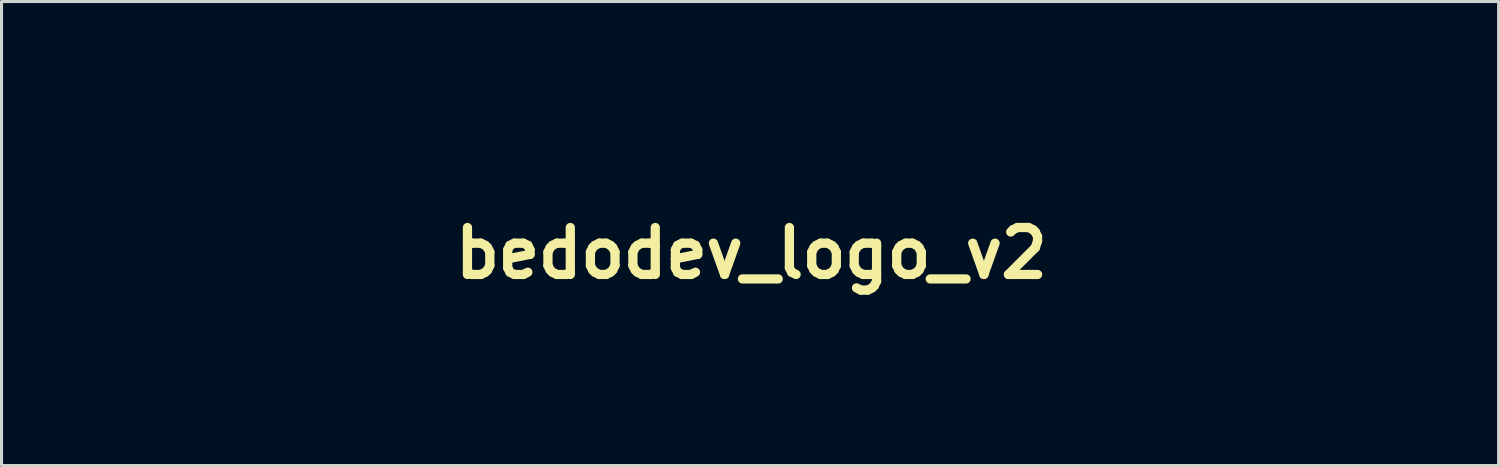
<source format=kicad_pcb>
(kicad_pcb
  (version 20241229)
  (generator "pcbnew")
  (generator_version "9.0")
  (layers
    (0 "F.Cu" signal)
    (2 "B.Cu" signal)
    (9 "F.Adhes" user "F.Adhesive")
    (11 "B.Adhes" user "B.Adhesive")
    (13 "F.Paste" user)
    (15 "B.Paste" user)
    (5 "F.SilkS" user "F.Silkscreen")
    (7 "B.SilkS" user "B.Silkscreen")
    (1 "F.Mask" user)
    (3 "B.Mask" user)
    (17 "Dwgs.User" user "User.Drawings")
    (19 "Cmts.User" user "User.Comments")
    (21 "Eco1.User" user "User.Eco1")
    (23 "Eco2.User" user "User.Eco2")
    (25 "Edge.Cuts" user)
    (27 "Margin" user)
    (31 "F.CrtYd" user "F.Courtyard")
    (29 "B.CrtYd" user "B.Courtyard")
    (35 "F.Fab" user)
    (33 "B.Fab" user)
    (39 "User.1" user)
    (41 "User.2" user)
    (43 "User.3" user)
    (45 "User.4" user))
  (footprint "bedodev_logo_v2"
    (layer "F.Cu")
    (at 21.341 5.17)
    (property "Reference" "bedodev_logo_v2" (at 0 0 0) (layer "F.SilkS") (effects (font (size 1.524 1.524) (thickness 0.3))))
    (attr through_hole)
    (fp_poly (pts (xy 9.144 -1.905) (xy 8.678 -1.905) (xy 8.678 -2.371) (xy 9.144 -2.371) (xy 9.144 -1.905)) (stroke (width 0.01) (type solid)) (fill yes) (layer "F.Mask"))
    (fp_poly (pts (xy -20.699 -0.082) (xy -20.591 -0.071) (xy -20.525 -0.047) (xy -20.48 -0.004) (xy -20.471 0.009) (xy -20.41 0.144) (xy -20.433 0.265) (xy -20.489 0.339) (xy -20.551 0.384) (xy -20.636 0.41) (xy -20.768 0.422) (xy -20.889 0.423) (xy -21.056 0.42) (xy -21.16 0.408) (xy -21.223 0.381) (xy -21.268 0.333) (xy -21.27 0.329) (xy -21.32 0.235) (xy -21.336 0.169) (xy -21.313 0.086) (xy -21.27 0.009) (xy -21.227 -0.038) (xy -21.169 -0.067) (xy -21.072 -0.08) (xy -20.918 -0.085) (xy -20.87 -0.085) (xy -20.699 -0.082)) (stroke (width 0.01) (type solid)) (fill yes) (layer "F.Mask"))
    (fp_poly (pts (xy -19.455 -0.742) (xy -19.44 -0.737) (xy -19.325 -0.697) (xy -19.314 0.149) (xy -19.31 0.44) (xy -19.31 0.658) (xy -19.313 0.814) (xy -19.321 0.919) (xy -19.334 0.986) (xy -19.353 1.026) (xy -19.375 1.048) (xy -19.501 1.098) (xy -19.62 1.067) (xy -19.661 1.034) (xy -19.685 0.998) (xy -19.702 0.937) (xy -19.714 0.839) (xy -19.722 0.693) (xy -19.726 0.486) (xy -19.727 0.208) (xy -19.727 0.173) (xy -19.727 -0.106) (xy -19.724 -0.313) (xy -19.719 -0.461) (xy -19.709 -0.56) (xy -19.694 -0.625) (xy -19.671 -0.668) (xy -19.641 -0.7) (xy -19.555 -0.752) (xy -19.455 -0.742)) (stroke (width 0.01) (type solid)) (fill yes) (layer "F.Mask"))
    (fp_poly (pts (xy -14.976 -1.682) (xy -14.909 -1.648) (xy -14.796 -1.584) (xy -14.784 0.146) (xy -14.782 0.578) (xy -14.781 0.932) (xy -14.781 1.218) (xy -14.783 1.443) (xy -14.787 1.615) (xy -14.793 1.742) (xy -14.802 1.832) (xy -14.813 1.892) (xy -14.827 1.93) (xy -14.844 1.954) (xy -14.951 2.023) (xy -15.075 2.01) (xy -15.124 1.986) (xy -15.142 1.971) (xy -15.157 1.942) (xy -15.169 1.893) (xy -15.178 1.816) (xy -15.186 1.702) (xy -15.191 1.544) (xy -15.194 1.335) (xy -15.196 1.067) (xy -15.197 0.731) (xy -15.198 0.321) (xy -15.198 0.195) (xy -15.198 -0.236) (xy -15.197 -0.589) (xy -15.196 -0.874) (xy -15.193 -1.099) (xy -15.189 -1.27) (xy -15.182 -1.397) (xy -15.174 -1.486) (xy -15.162 -1.547) (xy -15.148 -1.586) (xy -15.13 -1.613) (xy -15.11 -1.632) (xy -15.04 -1.684) (xy -14.976 -1.682)) (stroke (width 0.01) (type solid)) (fill yes) (layer "F.Mask"))
    (fp_poly (pts (xy 12.573 -3.903) (xy 12.146 -3.888) (xy 11.941 -3.879) (xy 11.79 -3.861) (xy 11.685 -3.822) (xy 11.618 -3.751) (xy 11.579 -3.636) (xy 11.562 -3.466) (xy 11.557 -3.228) (xy 11.557 -3.069) (xy 11.558 -2.791) (xy 11.568 -2.586) (xy 11.594 -2.443) (xy 11.645 -2.349) (xy 11.728 -2.295) (xy 11.854 -2.267) (xy 12.029 -2.255) (xy 12.146 -2.25) (xy 12.573 -2.236) (xy 12.573 -1.905) (xy 12.139 -1.909) (xy 11.942 -1.914) (xy 11.764 -1.924) (xy 11.631 -1.939) (xy 11.583 -1.949) (xy 11.428 -2.018) (xy 11.311 -2.128) (xy 11.226 -2.286) (xy 11.17 -2.502) (xy 11.141 -2.785) (xy 11.135 -3.082) (xy 11.143 -3.395) (xy 11.168 -3.638) (xy 11.211 -3.822) (xy 11.277 -3.96) (xy 11.335 -4.033) (xy 11.437 -4.117) (xy 11.564 -4.176) (xy 11.732 -4.212) (xy 11.957 -4.23) (xy 12.16 -4.233) (xy 12.573 -4.233) (xy 12.573 -3.903)) (stroke (width 0.01) (type solid)) (fill yes) (layer "F.Mask"))
    (fp_poly (pts (xy 6.857 -4.227) (xy 6.931 -4.212) (xy 6.943 -4.202) (xy 6.932 -4.154) (xy 6.9 -4.036) (xy 6.85 -3.858) (xy 6.786 -3.631) (xy 6.711 -3.365) (xy 6.626 -3.072) (xy 6.616 -3.037) (xy 6.29 -1.905) (xy 6.001 -1.905) (xy 5.816 -1.913) (xy 5.714 -1.938) (xy 5.693 -1.958) (xy 5.674 -2.018) (xy 5.636 -2.144) (xy 5.582 -2.323) (xy 5.518 -2.542) (xy 5.446 -2.788) (xy 5.37 -3.049) (xy 5.294 -3.311) (xy 5.221 -3.563) (xy 5.156 -3.79) (xy 5.101 -3.981) (xy 5.062 -4.122) (xy 5.04 -4.2) (xy 5.038 -4.212) (xy 5.076 -4.224) (xy 5.173 -4.228) (xy 5.256 -4.225) (xy 5.475 -4.212) (xy 5.737 -3.243) (xy 5.811 -2.973) (xy 5.878 -2.736) (xy 5.936 -2.541) (xy 5.981 -2.4) (xy 6.01 -2.322) (xy 6.019 -2.311) (xy 6.035 -2.362) (xy 6.07 -2.482) (xy 6.119 -2.66) (xy 6.179 -2.884) (xy 6.247 -3.141) (xy 6.287 -3.291) (xy 6.534 -4.233) (xy 6.738 -4.233) (xy 6.857 -4.227)) (stroke (width 0.01) (type solid)) (fill yes) (layer "F.Mask"))
    (fp_poly (pts (xy -18.516 -2.577) (xy -18.499 -2.569) (xy -18.394 -2.516) (xy -18.383 0.146) (xy -18.381 0.689) (xy -18.379 1.155) (xy -18.379 1.548) (xy -18.379 1.875) (xy -18.381 2.143) (xy -18.384 2.357) (xy -18.388 2.525) (xy -18.394 2.652) (xy -18.402 2.744) (xy -18.411 2.808) (xy -18.422 2.85) (xy -18.435 2.877) (xy -18.442 2.886) (xy -18.551 2.956) (xy -18.671 2.942) (xy -18.725 2.91) (xy -18.739 2.895) (xy -18.752 2.868) (xy -18.762 2.822) (xy -18.771 2.752) (xy -18.778 2.652) (xy -18.783 2.515) (xy -18.786 2.335) (xy -18.789 2.106) (xy -18.79 1.822) (xy -18.79 1.476) (xy -18.789 1.062) (xy -18.787 0.574) (xy -18.786 0.174) (xy -18.784 -0.368) (xy -18.781 -0.832) (xy -18.779 -1.225) (xy -18.776 -1.551) (xy -18.773 -1.818) (xy -18.769 -2.031) (xy -18.764 -2.197) (xy -18.757 -2.323) (xy -18.75 -2.414) (xy -18.74 -2.477) (xy -18.729 -2.517) (xy -18.715 -2.543) (xy -18.699 -2.558) (xy -18.69 -2.565) (xy -18.606 -2.6) (xy -18.516 -2.577)) (stroke (width 0.01) (type solid)) (fill yes) (layer "F.Mask"))
    (fp_poly (pts (xy -16.661 -3.495) (xy -16.603 -3.463) (xy -16.594 -3.433) (xy -16.585 -3.362) (xy -16.578 -3.245) (xy -16.572 -3.079) (xy -16.567 -2.858) (xy -16.562 -2.58) (xy -16.559 -2.239) (xy -16.556 -1.833) (xy -16.554 -1.356) (xy -16.553 -0.804) (xy -16.552 -0.174) (xy -16.552 0.175) (xy -16.552 0.814) (xy -16.553 1.374) (xy -16.554 1.86) (xy -16.555 2.276) (xy -16.557 2.63) (xy -16.56 2.925) (xy -16.563 3.167) (xy -16.567 3.362) (xy -16.573 3.515) (xy -16.579 3.63) (xy -16.587 3.713) (xy -16.595 3.771) (xy -16.606 3.806) (xy -16.617 3.827) (xy -16.619 3.828) (xy -16.707 3.887) (xy -16.801 3.876) (xy -16.882 3.829) (xy -16.976 3.763) (xy -16.976 0.175) (xy -16.975 -0.496) (xy -16.974 -1.086) (xy -16.973 -1.6) (xy -16.971 -2.042) (xy -16.968 -2.416) (xy -16.964 -2.725) (xy -16.959 -2.974) (xy -16.953 -3.168) (xy -16.947 -3.309) (xy -16.939 -3.403) (xy -16.93 -3.453) (xy -16.925 -3.463) (xy -16.846 -3.502) (xy -16.764 -3.514) (xy -16.661 -3.495)) (stroke (width 0.01) (type solid)) (fill yes) (layer "F.Mask"))
    (fp_poly (pts (xy -15.764 -2.577) (xy -15.748 -2.569) (xy -15.642 -2.516) (xy -15.631 0.146) (xy -15.629 0.689) (xy -15.628 1.155) (xy -15.627 1.548) (xy -15.628 1.875) (xy -15.629 2.143) (xy -15.632 2.357) (xy -15.637 2.525) (xy -15.642 2.652) (xy -15.65 2.744) (xy -15.659 2.808) (xy -15.67 2.85) (xy -15.684 2.877) (xy -15.691 2.886) (xy -15.799 2.956) (xy -15.919 2.942) (xy -15.973 2.91) (xy -15.988 2.895) (xy -16 2.868) (xy -16.011 2.822) (xy -16.019 2.752) (xy -16.026 2.652) (xy -16.031 2.515) (xy -16.035 2.335) (xy -16.037 2.106) (xy -16.038 1.822) (xy -16.038 1.476) (xy -16.037 1.062) (xy -16.036 0.574) (xy -16.034 0.174) (xy -16.032 -0.368) (xy -16.03 -0.832) (xy -16.027 -1.225) (xy -16.025 -1.551) (xy -16.021 -1.818) (xy -16.017 -2.031) (xy -16.012 -2.197) (xy -16.006 -2.323) (xy -15.998 -2.414) (xy -15.988 -2.477) (xy -15.977 -2.517) (xy -15.963 -2.543) (xy -15.948 -2.558) (xy -15.938 -2.565) (xy -15.855 -2.6) (xy -15.764 -2.577)) (stroke (width 0.01) (type solid)) (fill yes) (layer "F.Mask"))
    (fp_poly (pts (xy -17.599 -1.665) (xy -17.526 -1.609) (xy -17.505 -1.585) (xy -17.488 -1.554) (xy -17.474 -1.508) (xy -17.463 -1.439) (xy -17.455 -1.338) (xy -17.449 -1.199) (xy -17.445 -1.011) (xy -17.443 -0.769) (xy -17.442 -0.462) (xy -17.441 -0.083) (xy -17.441 0.169) (xy -17.441 0.593) (xy -17.442 0.94) (xy -17.444 1.218) (xy -17.447 1.436) (xy -17.451 1.602) (xy -17.458 1.724) (xy -17.467 1.81) (xy -17.479 1.869) (xy -17.494 1.907) (xy -17.513 1.934) (xy -17.526 1.947) (xy -17.61 2.01) (xy -17.674 2.032) (xy -17.749 2.004) (xy -17.822 1.947) (xy -17.843 1.923) (xy -17.861 1.892) (xy -17.875 1.847) (xy -17.885 1.778) (xy -17.893 1.677) (xy -17.899 1.537) (xy -17.903 1.35) (xy -17.905 1.107) (xy -17.907 0.801) (xy -17.907 0.422) (xy -17.907 0.169) (xy -17.907 -0.254) (xy -17.906 -0.601) (xy -17.905 -0.88) (xy -17.902 -1.098) (xy -17.897 -1.264) (xy -17.89 -1.386) (xy -17.881 -1.472) (xy -17.869 -1.53) (xy -17.854 -1.568) (xy -17.835 -1.595) (xy -17.822 -1.609) (xy -17.739 -1.671) (xy -17.674 -1.693) (xy -17.599 -1.665)) (stroke (width 0.01) (type solid)) (fill yes) (layer "F.Mask"))
    (fp_poly (pts (xy -4.868 -1.905) (xy -5.055 -1.905) (xy -5.172 -1.915) (xy -5.247 -1.94) (xy -5.258 -1.953) (xy -5.291 -1.981) (xy -5.365 -1.953) (xy -5.458 -1.929) (xy -5.608 -1.914) (xy -5.787 -1.91) (xy -5.969 -1.916) (xy -6.125 -1.933) (xy -6.197 -1.949) (xy -6.352 -2.018) (xy -6.469 -2.128) (xy -6.554 -2.286) (xy -6.61 -2.502) (xy -6.639 -2.785) (xy -6.645 -3.082) (xy -6.645 -3.083) (xy -6.223 -3.083) (xy -6.22 -2.812) (xy -6.21 -2.614) (xy -6.19 -2.475) (xy -6.156 -2.382) (xy -6.107 -2.323) (xy -6.04 -2.286) (xy -5.883 -2.25) (xy -5.701 -2.246) (xy -5.531 -2.274) (xy -5.406 -2.329) (xy -5.403 -2.331) (xy -5.292 -2.419) (xy -5.292 -3.903) (xy -5.676 -3.888) (xy -5.868 -3.878) (xy -6.009 -3.858) (xy -6.106 -3.816) (xy -6.169 -3.74) (xy -6.204 -3.618) (xy -6.219 -3.439) (xy -6.223 -3.192) (xy -6.223 -3.083) (xy -6.645 -3.083) (xy -6.637 -3.395) (xy -6.612 -3.638) (xy -6.569 -3.822) (xy -6.503 -3.96) (xy -6.445 -4.033) (xy -6.336 -4.121) (xy -6.198 -4.182) (xy -6.016 -4.217) (xy -5.772 -4.232) (xy -5.662 -4.233) (xy -5.292 -4.233) (xy -5.292 -5.165) (xy -4.868 -5.165) (xy -4.868 -1.905)) (stroke (width 0.01) (type solid)) (fill yes) (layer "F.Mask"))
    (fp_poly (pts (xy 3.331 -4.218) (xy 3.531 -4.167) (xy 3.677 -4.072) (xy 3.778 -3.922) (xy 3.843 -3.71) (xy 3.878 -3.427) (xy 3.884 -3.345) (xy 3.907 -2.921) (xy 2.625 -2.921) (xy 2.625 -2.693) (xy 2.64 -2.511) (xy 2.689 -2.387) (xy 2.706 -2.365) (xy 2.747 -2.321) (xy 2.8 -2.291) (xy 2.88 -2.272) (xy 3.005 -2.261) (xy 3.193 -2.252) (xy 3.256 -2.251) (xy 3.725 -2.236) (xy 3.725 -1.905) (xy 3.249 -1.909) (xy 3.044 -1.913) (xy 2.859 -1.923) (xy 2.718 -1.936) (xy 2.652 -1.949) (xy 2.467 -2.047) (xy 2.324 -2.215) (xy 2.303 -2.252) (xy 2.277 -2.347) (xy 2.259 -2.507) (xy 2.246 -2.715) (xy 2.24 -2.952) (xy 2.241 -3.199) (xy 2.243 -3.26) (xy 2.614 -3.26) (xy 3.471 -3.26) (xy 3.471 -3.489) (xy 3.455 -3.671) (xy 3.399 -3.789) (xy 3.295 -3.859) (xy 3.233 -3.879) (xy 3.114 -3.892) (xy 2.968 -3.886) (xy 2.827 -3.865) (xy 2.723 -3.832) (xy 2.698 -3.815) (xy 2.67 -3.75) (xy 2.646 -3.63) (xy 2.633 -3.514) (xy 2.614 -3.26) (xy 2.243 -3.26) (xy 2.248 -3.438) (xy 2.261 -3.651) (xy 2.281 -3.818) (xy 2.306 -3.919) (xy 2.404 -4.06) (xy 2.564 -4.158) (xy 2.792 -4.215) (xy 3.07 -4.232) (xy 3.331 -4.218)) (stroke (width 0.01) (type solid)) (fill yes) (layer "F.Mask"))
    (fp_poly (pts (xy -8.435 -4.217) (xy -8.234 -4.166) (xy -8.081 -4.073) (xy -7.983 -3.966) (xy -7.943 -3.898) (xy -7.915 -3.81) (xy -7.897 -3.685) (xy -7.885 -3.504) (xy -7.88 -3.384) (xy -7.865 -2.921) (xy -9.102 -2.921) (xy -9.101 -2.678) (xy -9.095 -2.536) (xy -9.082 -2.426) (xy -9.068 -2.384) (xy -8.981 -2.315) (xy -8.818 -2.269) (xy -8.578 -2.247) (xy -8.422 -2.244) (xy -8.043 -2.244) (xy -8.043 -1.905) (xy -8.52 -1.906) (xy -8.753 -1.91) (xy -8.923 -1.922) (xy -9.051 -1.944) (xy -9.158 -1.981) (xy -9.178 -1.989) (xy -9.309 -2.067) (xy -9.398 -2.172) (xy -9.446 -2.267) (xy -9.478 -2.349) (xy -9.501 -2.432) (xy -9.515 -2.534) (xy -9.522 -2.67) (xy -9.523 -2.856) (xy -9.519 -3.108) (xy -9.518 -3.154) (xy -9.512 -3.416) (xy -9.508 -3.508) (xy -9.102 -3.508) (xy -9.102 -3.26) (xy -8.245 -3.26) (xy -8.264 -3.495) (xy -8.291 -3.674) (xy -8.346 -3.787) (xy -8.445 -3.848) (xy -8.605 -3.872) (xy -8.695 -3.873) (xy -8.884 -3.865) (xy -9.004 -3.83) (xy -9.071 -3.755) (xy -9.098 -3.627) (xy -9.102 -3.508) (xy -9.508 -3.508) (xy -9.504 -3.608) (xy -9.493 -3.743) (xy -9.477 -3.837) (xy -9.454 -3.904) (xy -9.422 -3.957) (xy -9.416 -3.966) (xy -9.29 -4.096) (xy -9.128 -4.18) (xy -8.916 -4.223) (xy -8.7 -4.233) (xy -8.435 -4.217)) (stroke (width 0.01) (type solid)) (fill yes) (layer "F.Mask"))
    (fp_poly (pts (xy -12.065 -4.655) (xy -12.064 -4.441) (xy -12.061 -4.299) (xy -12.052 -4.216) (xy -12.037 -4.18) (xy -12.011 -4.177) (xy -11.983 -4.19) (xy -11.885 -4.216) (xy -11.732 -4.23) (xy -11.552 -4.231) (xy -11.374 -4.219) (xy -11.227 -4.194) (xy -11.216 -4.191) (xy -11.031 -4.098) (xy -10.888 -3.94) (xy -10.8 -3.733) (xy -10.798 -3.725) (xy -10.776 -3.572) (xy -10.762 -3.361) (xy -10.756 -3.119) (xy -10.759 -2.871) (xy -10.77 -2.644) (xy -10.789 -2.465) (xy -10.798 -2.413) (xy -10.883 -2.205) (xy -11.025 -2.045) (xy -11.209 -1.949) (xy -11.216 -1.947) (xy -11.315 -1.931) (xy -11.478 -1.918) (xy -11.681 -1.909) (xy -11.904 -1.905) (xy -11.927 -1.905) (xy -12.488 -1.905) (xy -12.488 -3.016) (xy -12.065 -3.016) (xy -12.065 -2.996) (xy -12.065 -2.235) (xy -11.71 -2.25) (xy -11.515 -2.263) (xy -11.384 -2.285) (xy -11.299 -2.32) (xy -11.265 -2.345) (xy -11.231 -2.382) (xy -11.207 -2.428) (xy -11.191 -2.499) (xy -11.182 -2.609) (xy -11.177 -2.771) (xy -11.176 -3) (xy -11.176 -3.069) (xy -11.178 -3.348) (xy -11.187 -3.554) (xy -11.21 -3.698) (xy -11.255 -3.79) (xy -11.326 -3.843) (xy -11.43 -3.867) (xy -11.575 -3.873) (xy -11.64 -3.873) (xy -11.782 -3.873) (xy -11.888 -3.863) (xy -11.964 -3.833) (xy -12.014 -3.774) (xy -12.044 -3.673) (xy -12.059 -3.52) (xy -12.064 -3.305) (xy -12.065 -3.016) (xy -12.488 -3.016) (xy -12.488 -5.165) (xy -12.065 -5.165) (xy -12.065 -4.655)) (stroke (width 0.01) (type solid)) (fill yes) (layer "F.Mask"))
    (fp_poly (pts (xy 0.974 -1.905) (xy 0.783 -1.905) (xy 0.67 -1.913) (xy 0.601 -1.934) (xy 0.593 -1.946) (xy 0.559 -1.966) (xy 0.484 -1.946) (xy 0.333 -1.914) (xy 0.134 -1.904) (xy -0.08 -1.915) (xy -0.277 -1.946) (xy -0.41 -1.987) (xy -0.519 -2.044) (xy -0.602 -2.11) (xy -0.661 -2.197) (xy -0.701 -2.318) (xy -0.725 -2.484) (xy -0.737 -2.708) (xy -0.741 -3.002) (xy -0.741 -3.069) (xy -0.339 -3.069) (xy -0.338 -2.818) (xy -0.333 -2.637) (xy -0.324 -2.514) (xy -0.31 -2.435) (xy -0.287 -2.387) (xy -0.265 -2.362) (xy -0.178 -2.298) (xy -0.085 -2.265) (xy 0.044 -2.254) (xy 0.186 -2.258) (xy 0.342 -2.273) (xy 0.441 -2.305) (xy 0.509 -2.361) (xy 0.514 -2.368) (xy 0.543 -2.412) (xy 0.564 -2.471) (xy 0.578 -2.558) (xy 0.587 -2.687) (xy 0.591 -2.87) (xy 0.593 -3.122) (xy 0.593 -3.184) (xy 0.593 -3.903) (xy 0.216 -3.888) (xy 0.023 -3.879) (xy -0.119 -3.861) (xy -0.218 -3.823) (xy -0.282 -3.753) (xy -0.318 -3.639) (xy -0.334 -3.471) (xy -0.338 -3.236) (xy -0.339 -3.069) (xy -0.741 -3.069) (xy -0.74 -3.339) (xy -0.736 -3.539) (xy -0.728 -3.682) (xy -0.714 -3.783) (xy -0.693 -3.856) (xy -0.664 -3.915) (xy -0.661 -3.921) (xy -0.574 -4.038) (xy -0.468 -4.121) (xy -0.327 -4.176) (xy -0.135 -4.209) (xy 0.124 -4.226) (xy 0.138 -4.226) (xy 0.593 -4.243) (xy 0.593 -5.165) (xy 0.974 -5.165) (xy 0.974 -1.905)) (stroke (width 0.01) (type solid)) (fill yes) (layer "F.Mask"))
    (fp_poly (pts (xy 16.955 -4.224) (xy 17.014 -4.199) (xy 17.018 -4.19) (xy 17.044 -4.167) (xy 17.1 -4.19) (xy 17.235 -4.227) (xy 17.407 -4.229) (xy 17.575 -4.198) (xy 17.674 -4.156) (xy 17.765 -4.107) (xy 17.83 -4.104) (xy 17.915 -4.148) (xy 17.928 -4.156) (xy 18.095 -4.216) (xy 18.294 -4.229) (xy 18.484 -4.194) (xy 18.547 -4.167) (xy 18.621 -4.122) (xy 18.679 -4.065) (xy 18.723 -3.985) (xy 18.754 -3.874) (xy 18.775 -3.72) (xy 18.788 -3.512) (xy 18.794 -3.242) (xy 18.796 -2.899) (xy 18.796 -2.859) (xy 18.796 -1.905) (xy 18.415 -1.905) (xy 18.415 -2.828) (xy 18.414 -3.158) (xy 18.41 -3.413) (xy 18.4 -3.603) (xy 18.382 -3.736) (xy 18.355 -3.824) (xy 18.317 -3.875) (xy 18.265 -3.899) (xy 18.197 -3.905) (xy 18.186 -3.905) (xy 18.107 -3.901) (xy 18.046 -3.884) (xy 18.001 -3.842) (xy 17.968 -3.767) (xy 17.946 -3.648) (xy 17.932 -3.477) (xy 17.923 -3.243) (xy 17.917 -2.938) (xy 17.915 -2.835) (xy 17.902 -1.905) (xy 17.526 -1.905) (xy 17.526 -2.833) (xy 17.525 -3.108) (xy 17.522 -3.357) (xy 17.517 -3.566) (xy 17.511 -3.723) (xy 17.503 -3.813) (xy 17.5 -3.828) (xy 17.444 -3.873) (xy 17.34 -3.894) (xy 17.224 -3.889) (xy 17.13 -3.858) (xy 17.111 -3.844) (xy 17.093 -3.796) (xy 17.079 -3.69) (xy 17.069 -3.52) (xy 17.063 -3.28) (xy 17.06 -2.963) (xy 17.06 -2.849) (xy 17.06 -1.905) (xy 16.679 -1.905) (xy 16.679 -4.233) (xy 16.849 -4.233) (xy 16.955 -4.224)) (stroke (width 0.01) (type solid)) (fill yes) (layer "F.Mask"))
    (fp_poly (pts (xy 14.999 -4.227) (xy 15.15 -4.205) (xy 15.278 -4.161) (xy 15.326 -4.138) (xy 15.44 -4.073) (xy 15.525 -4) (xy 15.585 -3.906) (xy 15.625 -3.779) (xy 15.649 -3.605) (xy 15.66 -3.371) (xy 15.663 -3.069) (xy 15.66 -2.765) (xy 15.649 -2.532) (xy 15.625 -2.359) (xy 15.585 -2.231) (xy 15.524 -2.138) (xy 15.439 -2.065) (xy 15.326 -2) (xy 15.198 -1.947) (xy 15.06 -1.917) (xy 14.88 -1.906) (xy 14.796 -1.905) (xy 14.592 -1.911) (xy 14.441 -1.933) (xy 14.313 -1.977) (xy 14.265 -2) (xy 14.151 -2.065) (xy 14.066 -2.138) (xy 14.006 -2.232) (xy 13.966 -2.36) (xy 13.942 -2.534) (xy 13.931 -2.767) (xy 13.928 -3.031) (xy 14.31 -3.031) (xy 14.315 -2.819) (xy 14.327 -2.631) (xy 14.343 -2.488) (xy 14.363 -2.415) (xy 14.441 -2.324) (xy 14.521 -2.279) (xy 14.65 -2.259) (xy 14.811 -2.259) (xy 14.975 -2.276) (xy 15.112 -2.307) (xy 15.193 -2.348) (xy 15.22 -2.387) (xy 15.239 -2.452) (xy 15.251 -2.556) (xy 15.258 -2.711) (xy 15.261 -2.931) (xy 15.261 -3.069) (xy 15.26 -3.342) (xy 15.253 -3.542) (xy 15.234 -3.681) (xy 15.199 -3.772) (xy 15.143 -3.827) (xy 15.06 -3.858) (xy 14.945 -3.876) (xy 14.915 -3.88) (xy 14.703 -3.883) (xy 14.525 -3.845) (xy 14.398 -3.77) (xy 14.348 -3.697) (xy 14.329 -3.6) (xy 14.316 -3.443) (xy 14.31 -3.246) (xy 14.31 -3.031) (xy 13.928 -3.031) (xy 13.928 -3.069) (xy 13.931 -3.374) (xy 13.942 -3.606) (xy 13.966 -3.78) (xy 14.006 -3.907) (xy 14.067 -4.001) (xy 14.152 -4.074) (xy 14.265 -4.138) (xy 14.393 -4.191) (xy 14.531 -4.221) (xy 14.711 -4.233) (xy 14.796 -4.233) (xy 14.999 -4.227)) (stroke (width 0.01) (type solid)) (fill yes) (layer "F.Mask"))
    (fp_poly (pts (xy -2.55 -4.224) (xy -2.433 -4.201) (xy -2.32 -4.159) (xy -2.312 -4.155) (xy -2.19 -4.09) (xy -2.098 -4.011) (xy -2.032 -3.904) (xy -1.988 -3.758) (xy -1.963 -3.56) (xy -1.951 -3.299) (xy -1.949 -3.069) (xy -1.954 -2.754) (xy -1.969 -2.512) (xy -2.001 -2.33) (xy -2.051 -2.196) (xy -2.124 -2.098) (xy -2.224 -2.025) (xy -2.295 -1.989) (xy -2.447 -1.945) (xy -2.652 -1.917) (xy -2.877 -1.907) (xy -3.093 -1.916) (xy -3.267 -1.946) (xy -3.275 -1.949) (xy -3.396 -2.003) (xy -3.48 -2.061) (xy -3.551 -2.133) (xy -3.603 -2.211) (xy -3.64 -2.309) (xy -3.663 -2.441) (xy -3.676 -2.62) (xy -3.682 -2.86) (xy -3.683 -3.078) (xy -3.683 -3.078) (xy -3.302 -3.078) (xy -3.299 -2.809) (xy -3.289 -2.611) (xy -3.268 -2.472) (xy -3.234 -2.38) (xy -3.184 -2.322) (xy -3.119 -2.286) (xy -2.975 -2.255) (xy -2.795 -2.249) (xy -2.624 -2.269) (xy -2.554 -2.289) (xy -2.458 -2.337) (xy -2.404 -2.384) (xy -2.393 -2.442) (xy -2.383 -2.569) (xy -2.376 -2.748) (xy -2.372 -2.963) (xy -2.371 -3.077) (xy -2.373 -3.335) (xy -2.378 -3.521) (xy -2.388 -3.648) (xy -2.405 -3.729) (xy -2.428 -3.776) (xy -2.436 -3.784) (xy -2.549 -3.85) (xy -2.709 -3.884) (xy -2.886 -3.887) (xy -3.054 -3.86) (xy -3.187 -3.804) (xy -3.238 -3.756) (xy -3.265 -3.696) (xy -3.284 -3.601) (xy -3.296 -3.457) (xy -3.301 -3.25) (xy -3.302 -3.078) (xy -3.683 -3.078) (xy -3.682 -3.345) (xy -3.678 -3.542) (xy -3.67 -3.683) (xy -3.656 -3.783) (xy -3.635 -3.856) (xy -3.605 -3.915) (xy -3.6 -3.924) (xy -3.509 -4.048) (xy -3.403 -4.132) (xy -3.262 -4.185) (xy -3.068 -4.215) (xy -2.9 -4.226) (xy -2.696 -4.231) (xy -2.55 -4.224)) (stroke (width 0.01) (type solid)) (fill yes) (layer "F.Mask"))
    (fp_poly (pts (xy 4.996 -0.085) (xy 6.374 -0.085) (xy 7.673 -0.084) (xy 8.894 -0.084) (xy 10.04 -0.084) (xy 11.113 -0.084) (xy 12.115 -0.083) (xy 13.05 -0.083) (xy 13.918 -0.082) (xy 14.724 -0.081) (xy 15.468 -0.08) (xy 16.153 -0.079) (xy 16.783 -0.078) (xy 17.358 -0.077) (xy 17.882 -0.075) (xy 18.356 -0.074) (xy 18.784 -0.072) (xy 19.167 -0.07) (xy 19.508 -0.068) (xy 19.81 -0.065) (xy 20.074 -0.063) (xy 20.303 -0.06) (xy 20.499 -0.057) (xy 20.665 -0.053) (xy 20.803 -0.05) (xy 20.915 -0.046) (xy 21.005 -0.042) (xy 21.073 -0.038) (xy 21.123 -0.033) (xy 21.157 -0.028) (xy 21.177 -0.023) (xy 21.185 -0.018) (xy 21.235 0.073) (xy 21.251 0.169) (xy 21.229 0.283) (xy 21.185 0.357) (xy 21.174 0.362) (xy 21.151 0.368) (xy 21.114 0.372) (xy 21.061 0.377) (xy 20.988 0.381) (xy 20.895 0.385) (xy 20.777 0.389) (xy 20.634 0.393) (xy 20.462 0.396) (xy 20.259 0.399) (xy 20.023 0.402) (xy 19.752 0.405) (xy 19.443 0.407) (xy 19.093 0.409) (xy 18.701 0.411) (xy 18.264 0.413) (xy 17.78 0.414) (xy 17.246 0.416) (xy 16.66 0.417) (xy 16.019 0.418) (xy 15.322 0.419) (xy 14.565 0.42) (xy 13.748 0.421) (xy 12.866 0.421) (xy 11.918 0.422) (xy 10.901 0.422) (xy 9.814 0.423) (xy 8.653 0.423) (xy 7.416 0.423) (xy 6.101 0.423) (xy 4.706 0.423) (xy 3.535 0.423) (xy 2.074 0.423) (xy 0.695 0.423) (xy -0.603 0.423) (xy -1.824 0.423) (xy -2.97 0.423) (xy -4.043 0.422) (xy -5.046 0.422) (xy -5.98 0.421) (xy -6.849 0.421) (xy -7.654 0.42) (xy -8.398 0.419) (xy -9.084 0.418) (xy -9.713 0.417) (xy -10.288 0.416) (xy -10.812 0.414) (xy -11.287 0.412) (xy -11.714 0.411) (xy -12.098 0.409) (xy -12.439 0.406) (xy -12.74 0.404) (xy -13.004 0.401) (xy -13.233 0.399) (xy -13.429 0.395) (xy -13.595 0.392) (xy -13.733 0.389) (xy -13.846 0.385) (xy -13.935 0.381) (xy -14.003 0.376) (xy -14.053 0.371) (xy -14.087 0.367) (xy -14.107 0.361) (xy -14.115 0.357) (xy -14.165 0.266) (xy -14.182 0.169) (xy -14.159 0.056) (xy -14.115 -0.018) (xy -14.104 -0.024) (xy -14.082 -0.029) (xy -14.045 -0.034) (xy -13.991 -0.038) (xy -13.919 -0.043) (xy -13.825 -0.047) (xy -13.707 -0.051) (xy -13.564 -0.054) (xy -13.392 -0.057) (xy -13.189 -0.06) (xy -12.953 -0.063) (xy -12.682 -0.066) (xy -12.373 -0.068) (xy -12.023 -0.07) (xy -11.631 -0.072) (xy -11.194 -0.074) (xy -10.71 -0.076) (xy -10.176 -0.077) (xy -9.59 -0.079) (xy -8.949 -0.08) (xy -8.252 -0.081) (xy -7.496 -0.081) (xy -6.678 -0.082) (xy -5.796 -0.083) (xy -4.848 -0.083) (xy -3.831 -0.084) (xy -2.744 -0.084) (xy -1.583 -0.084) (xy -0.346 -0.084) (xy 0.968 -0.085) (xy 2.363 -0.085) (xy 3.535 -0.085) (xy 4.996 -0.085)) (stroke (width 0.01) (type solid)) (fill yes) (layer "F.Mask")))
  (gr_rect
    (start -3 -3)
    (end 45.597 12.062)
    (stroke (width 0.1) (type default))
    (fill no)
    (layer "Edge.Cuts")))
</source>
